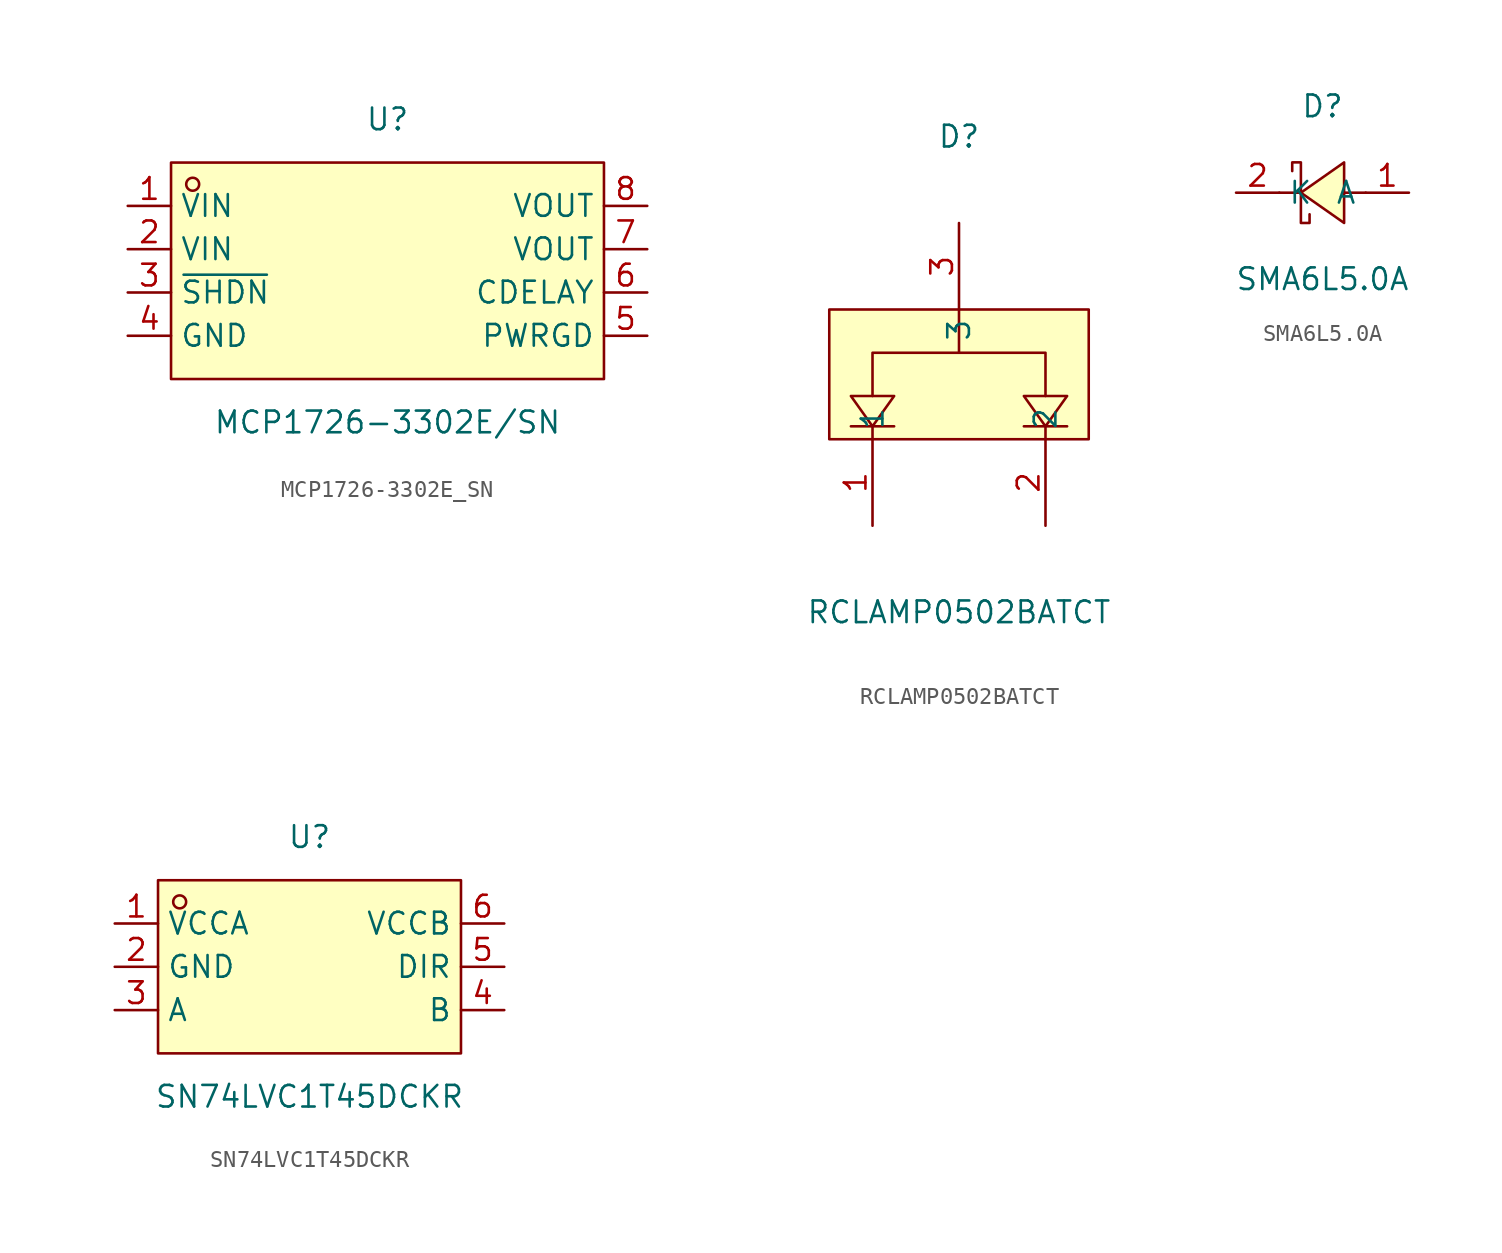
<source format=kicad_sym>
(kicad_symbol_lib
  (version 20241209)
  (generator "kicad_symbol_editor")
  (generator_version "9.0")
  (symbol "MCP1726-3302E_SN"
    (property "Reference" "U"
      (at 0 10.16 0)
      (effects (font (size 1.27 1.27))))
    (property "Value" "MCP1726-3302E/SN"
      (at 0 -7.62 0)
      (effects (font (size 1.27 1.27))))
    (symbol "MCP1726-3302E_SN_0_1"
      (rectangle (start -12.7 7.62) (end 12.7 -5.08) (stroke (width 0) (type default)) (fill (type background)))
      (circle (center -11.43 6.35) (radius 0.38) (stroke (width 0) (type default)) (fill (type none)))
      (pin unspecified line (at -15.24 5.08 0) (length 2.54) (name "VIN" (effects (font (size 1.27 1.27)))) (number "1" (effects (font (size 1.27 1.27)))))
      (pin unspecified line (at -15.24 2.54 0) (length 2.54) (name "VIN" (effects (font (size 1.27 1.27)))) (number "2" (effects (font (size 1.27 1.27)))))
      (pin unspecified line (at -15.24 0 0) (length 2.54) (name "~{SHDN}" (effects (font (size 1.27 1.27)))) (number "3" (effects (font (size 1.27 1.27)))))
      (pin unspecified line (at -15.24 -2.54 0) (length 2.54) (name "GND" (effects (font (size 1.27 1.27)))) (number "4" (effects (font (size 1.27 1.27)))))
      (pin unspecified line (at 15.24 5.08 180) (length 2.54) (name "VOUT" (effects (font (size 1.27 1.27)))) (number "8" (effects (font (size 1.27 1.27)))))
      (pin unspecified line (at 15.24 2.54 180) (length 2.54) (name "VOUT" (effects (font (size 1.27 1.27)))) (number "7" (effects (font (size 1.27 1.27)))))
      (pin unspecified line (at 15.24 0 180) (length 2.54) (name "CDELAY" (effects (font (size 1.27 1.27)))) (number "6" (effects (font (size 1.27 1.27)))))
      (pin unspecified line (at 15.24 -2.54 180) (length 2.54) (name "PWRGD" (effects (font (size 1.27 1.27)))) (number "5" (effects (font (size 1.27 1.27)))))))
  (symbol "RCLAMP0502BATCT"
    (property "Reference" "D"
      (at 0 13.97 0)
      (effects (font (size 1.27 1.27))))
    (property "Value" "RCLAMP0502BATCT"
      (at 0 -13.97 0)
      (effects (font (size 1.27 1.27))))
    (symbol "RCLAMP0502BATCT_0_1"
      (rectangle (start -7.62 3.81) (end 7.62 -3.81) (stroke (width 0) (type default)) (fill (type background)))
      (polyline (pts (xy -6.35 -1.27) (xy -3.81 -1.27) (xy -5.08 -3.05) (xy -6.35 -1.27)) (stroke (width 0) (type default)) (fill (type background)))
      (polyline (pts (xy -6.35 -3.05) (xy -3.81 -3.05)) (stroke (width 0) (type default)) (fill (type none)))
      (polyline (pts (xy -5.08 -1.27) (xy -5.08 1.27) (xy 5.08 1.27) (xy 5.08 -1.27) (xy 5.08 -1.27)) (stroke (width 0) (type default)) (fill (type none)))
      (polyline (pts (xy -5.08 -3.05) (xy -5.08 -3.81)) (stroke (width 0) (type default)) (fill (type none)))
      (polyline (pts (xy 0 1.27) (xy 0 3.81)) (stroke (width 0) (type default)) (fill (type none)))
      (polyline (pts (xy 3.81 -1.27) (xy 6.35 -1.27) (xy 5.08 -3.05) (xy 3.81 -1.27)) (stroke (width 0) (type default)) (fill (type background)))
      (polyline (pts (xy 3.81 -3.05) (xy 6.35 -3.05)) (stroke (width 0) (type default)) (fill (type none)))
      (polyline (pts (xy 5.08 -3.05) (xy 5.08 -3.81)) (stroke (width 0) (type default)) (fill (type none)))
      (pin unspecified line (at -5.08 -8.89 90) (length 5.08) (name "1" (effects (font (size 1.27 1.27)))) (number "1" (effects (font (size 1.27 1.27)))))
      (pin unspecified line (at 0 8.89 270) (length 5.08) (name "3" (effects (font (size 1.27 1.27)))) (number "3" (effects (font (size 1.27 1.27)))))
      (pin unspecified line (at 5.08 -8.89 90) (length 5.08) (name "2" (effects (font (size 1.27 1.27)))) (number "2" (effects (font (size 1.27 1.27)))))))
  (symbol "SMA6L5.0A"
    (property "Reference" "D"
      (at 0 5.08 0)
      (effects (font (size 1.27 1.27))))
    (property "Value" "SMA6L5.0A"
      (at 0 -5.08 0)
      (effects (font (size 1.27 1.27))))
    (symbol "SMA6L5.0A_0_1"
      (polyline (pts (xy -1.78 1.27) (xy -1.78 1.78) (xy -1.27 1.78) (xy -1.27 -1.78) (xy -0.76 -1.78) (xy -0.76 -1.27)) (stroke (width 0) (type default)) (fill (type none)))
      (polyline (pts (xy -1.27 0) (xy -2.54 0)) (stroke (width 0) (type default)) (fill (type none)))
      (polyline (pts (xy 1.27 1.78) (xy -1.27 0) (xy 1.27 -1.78) (xy 1.27 1.78)) (stroke (width 0) (type default)) (fill (type background)))
      (polyline (pts (xy 2.54 0) (xy 1.27 0)) (stroke (width 0) (type default)) (fill (type none)))
      (pin unspecified line (at -5.08 0 0) (length 2.54) (name "K" (effects (font (size 1.27 1.27)))) (number "2" (effects (font (size 1.27 1.27)))))
      (pin unspecified line (at 5.08 0 180) (length 2.54) (name "A" (effects (font (size 1.27 1.27)))) (number "1" (effects (font (size 1.27 1.27)))))))
  (symbol "SN74LVC1T45DCKR"
    (property "Reference" "U"
      (at 0 7.62 0)
      (effects (font (size 1.27 1.27))))
    (property "Value" "SN74LVC1T45DCKR"
      (at 0 -7.62 0)
      (effects (font (size 1.27 1.27))))
    (symbol "SN74LVC1T45DCKR_0_1"
      (rectangle (start -8.89 5.08) (end 8.89 -5.08) (stroke (width 0) (type default)) (fill (type background)))
      (circle (center -7.62 3.81) (radius 0.38) (stroke (width 0) (type default)) (fill (type none)))
      (pin unspecified line (at -11.43 2.54 0) (length 2.54) (name "VCCA" (effects (font (size 1.27 1.27)))) (number "1" (effects (font (size 1.27 1.27)))))
      (pin unspecified line (at -11.43 0 0) (length 2.54) (name "GND" (effects (font (size 1.27 1.27)))) (number "2" (effects (font (size 1.27 1.27)))))
      (pin unspecified line (at -11.43 -2.54 0) (length 2.54) (name "A" (effects (font (size 1.27 1.27)))) (number "3" (effects (font (size 1.27 1.27)))))
      (pin unspecified line (at 11.43 2.54 180) (length 2.54) (name "VCCB" (effects (font (size 1.27 1.27)))) (number "6" (effects (font (size 1.27 1.27)))))
      (pin unspecified line (at 11.43 0 180) (length 2.54) (name "DIR" (effects (font (size 1.27 1.27)))) (number "5" (effects (font (size 1.27 1.27)))))
      (pin unspecified line (at 11.43 -2.54 180) (length 2.54) (name "B" (effects (font (size 1.27 1.27)))) (number "4" (effects (font (size 1.27 1.27))))))))
</source>
